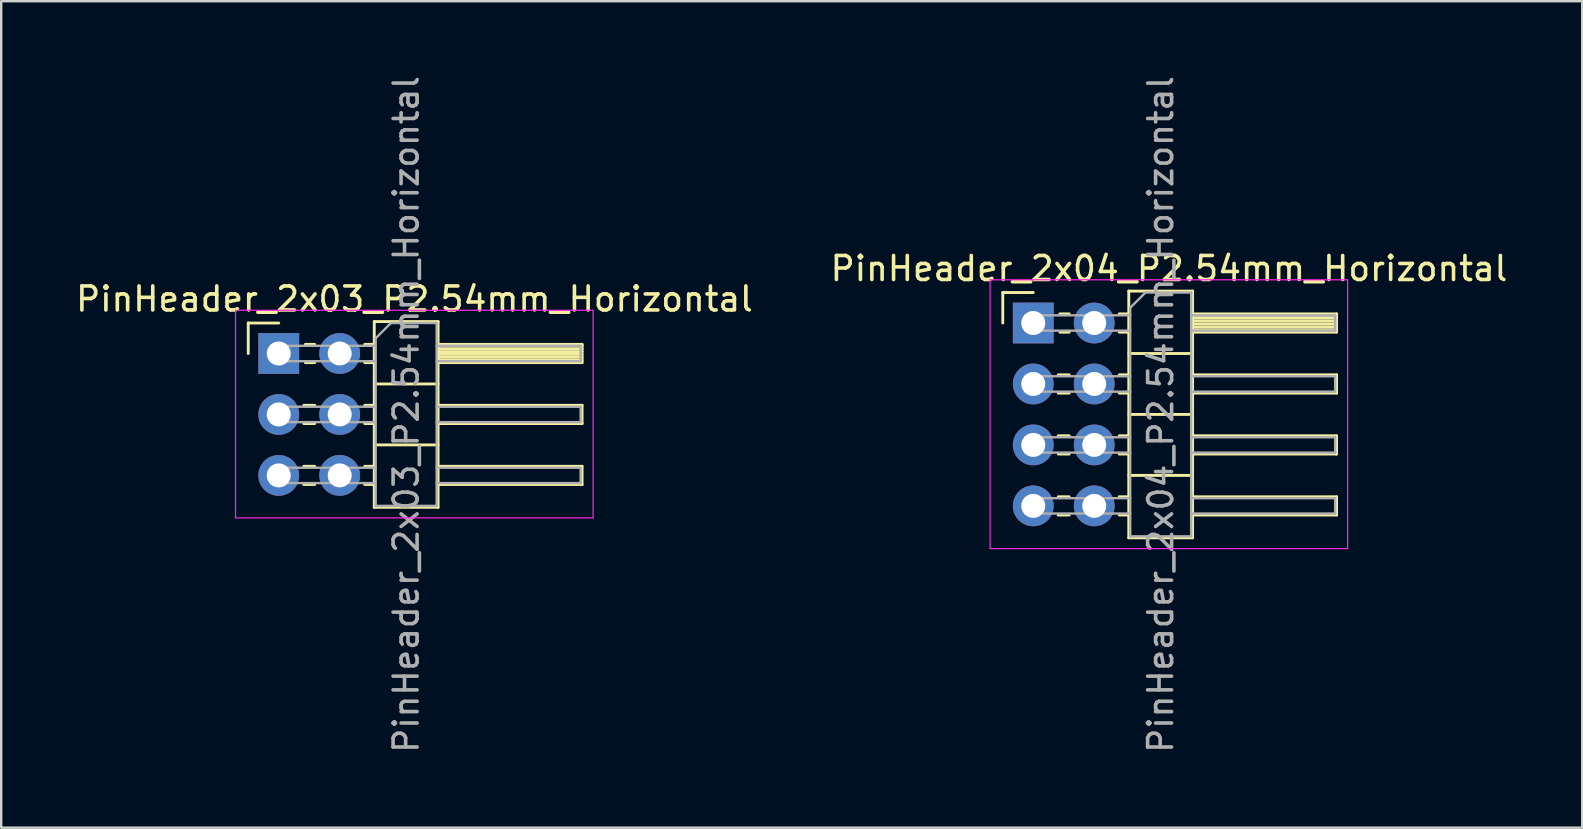
<source format=kicad_pcb>
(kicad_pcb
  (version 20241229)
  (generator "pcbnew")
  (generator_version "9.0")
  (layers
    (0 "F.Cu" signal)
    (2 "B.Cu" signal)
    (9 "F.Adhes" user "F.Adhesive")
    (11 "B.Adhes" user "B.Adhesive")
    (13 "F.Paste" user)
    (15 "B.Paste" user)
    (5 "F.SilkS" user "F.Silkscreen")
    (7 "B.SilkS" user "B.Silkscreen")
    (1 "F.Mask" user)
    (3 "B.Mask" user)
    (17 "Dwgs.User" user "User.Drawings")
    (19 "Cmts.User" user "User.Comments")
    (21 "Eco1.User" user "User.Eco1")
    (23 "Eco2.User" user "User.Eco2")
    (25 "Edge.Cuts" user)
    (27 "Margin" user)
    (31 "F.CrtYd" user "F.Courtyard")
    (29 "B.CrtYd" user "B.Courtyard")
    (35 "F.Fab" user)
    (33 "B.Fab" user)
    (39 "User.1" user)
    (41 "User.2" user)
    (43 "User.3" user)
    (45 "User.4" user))
  (footprint "PinHeader_2x04_P2.54mm_Horizontal"
    (layer "F.Cu")
    (at 40.006 10.41)
    (property "Reference" "PinHeader_2x04_P2.54mm_Horizontal" (at 5.655 -2.27 0) (layer "F.SilkS") (effects (font (size 1 1) (thickness 0.15))))
    (attr through_hole)
    (fp_line (start -1.27 -1.27) (end 0 -1.27) (stroke (width 0.12) (type solid)) (layer "F.SilkS"))
    (fp_line (start -1.27 0) (end -1.27 -1.27) (stroke (width 0.12) (type solid)) (layer "F.SilkS"))
    (fp_line (start 1.043 2.16) (end 1.497 2.16) (stroke (width 0.12) (type solid)) (layer "F.SilkS"))
    (fp_line (start 1.043 2.92) (end 1.497 2.92) (stroke (width 0.12) (type solid)) (layer "F.SilkS"))
    (fp_line (start 1.043 4.7) (end 1.497 4.7) (stroke (width 0.12) (type solid)) (layer "F.SilkS"))
    (fp_line (start 1.043 5.46) (end 1.497 5.46) (stroke (width 0.12) (type solid)) (layer "F.SilkS"))
    (fp_line (start 1.043 7.24) (end 1.497 7.24) (stroke (width 0.12) (type solid)) (layer "F.SilkS"))
    (fp_line (start 1.043 8) (end 1.497 8) (stroke (width 0.12) (type solid)) (layer "F.SilkS"))
    (fp_line (start 1.11 -0.38) (end 1.497 -0.38) (stroke (width 0.12) (type solid)) (layer "F.SilkS"))
    (fp_line (start 1.11 0.38) (end 1.497 0.38) (stroke (width 0.12) (type solid)) (layer "F.SilkS"))
    (fp_line (start 3.583 -0.38) (end 3.98 -0.38) (stroke (width 0.12) (type solid)) (layer "F.SilkS"))
    (fp_line (start 3.583 0.38) (end 3.98 0.38) (stroke (width 0.12) (type solid)) (layer "F.SilkS"))
    (fp_line (start 3.583 2.16) (end 3.98 2.16) (stroke (width 0.12) (type solid)) (layer "F.SilkS"))
    (fp_line (start 3.583 2.92) (end 3.98 2.92) (stroke (width 0.12) (type solid)) (layer "F.SilkS"))
    (fp_line (start 3.583 4.7) (end 3.98 4.7) (stroke (width 0.12) (type solid)) (layer "F.SilkS"))
    (fp_line (start 3.583 5.46) (end 3.98 5.46) (stroke (width 0.12) (type solid)) (layer "F.SilkS"))
    (fp_line (start 3.583 7.24) (end 3.98 7.24) (stroke (width 0.12) (type solid)) (layer "F.SilkS"))
    (fp_line (start 3.583 8) (end 3.98 8) (stroke (width 0.12) (type solid)) (layer "F.SilkS"))
    (fp_line (start 3.98 -1.33) (end 3.98 8.95) (stroke (width 0.12) (type solid)) (layer "F.SilkS"))
    (fp_line (start 3.98 1.27) (end 6.64 1.27) (stroke (width 0.12) (type solid)) (layer "F.SilkS"))
    (fp_line (start 3.98 3.81) (end 6.64 3.81) (stroke (width 0.12) (type solid)) (layer "F.SilkS"))
    (fp_line (start 3.98 6.35) (end 6.64 6.35) (stroke (width 0.12) (type solid)) (layer "F.SilkS"))
    (fp_line (start 3.98 8.95) (end 6.64 8.95) (stroke (width 0.12) (type solid)) (layer "F.SilkS"))
    (fp_line (start 6.64 -1.33) (end 3.98 -1.33) (stroke (width 0.12) (type solid)) (layer "F.SilkS"))
    (fp_line (start 6.64 -0.38) (end 12.64 -0.38) (stroke (width 0.12) (type solid)) (layer "F.SilkS"))
    (fp_line (start 6.64 -0.32) (end 12.64 -0.32) (stroke (width 0.12) (type solid)) (layer "F.SilkS"))
    (fp_line (start 6.64 -0.2) (end 12.64 -0.2) (stroke (width 0.12) (type solid)) (layer "F.SilkS"))
    (fp_line (start 6.64 -0.08) (end 12.64 -0.08) (stroke (width 0.12) (type solid)) (layer "F.SilkS"))
    (fp_line (start 6.64 0.04) (end 12.64 0.04) (stroke (width 0.12) (type solid)) (layer "F.SilkS"))
    (fp_line (start 6.64 0.16) (end 12.64 0.16) (stroke (width 0.12) (type solid)) (layer "F.SilkS"))
    (fp_line (start 6.64 0.28) (end 12.64 0.28) (stroke (width 0.12) (type solid)) (layer "F.SilkS"))
    (fp_line (start 6.64 2.16) (end 12.64 2.16) (stroke (width 0.12) (type solid)) (layer "F.SilkS"))
    (fp_line (start 6.64 4.7) (end 12.64 4.7) (stroke (width 0.12) (type solid)) (layer "F.SilkS"))
    (fp_line (start 6.64 7.24) (end 12.64 7.24) (stroke (width 0.12) (type solid)) (layer "F.SilkS"))
    (fp_line (start 6.64 8.95) (end 6.64 -1.33) (stroke (width 0.12) (type solid)) (layer "F.SilkS"))
    (fp_line (start 12.64 -0.38) (end 12.64 0.38) (stroke (width 0.12) (type solid)) (layer "F.SilkS"))
    (fp_line (start 12.64 0.38) (end 6.64 0.38) (stroke (width 0.12) (type solid)) (layer "F.SilkS"))
    (fp_line (start 12.64 2.16) (end 12.64 2.92) (stroke (width 0.12) (type solid)) (layer "F.SilkS"))
    (fp_line (start 12.64 2.92) (end 6.64 2.92) (stroke (width 0.12) (type solid)) (layer "F.SilkS"))
    (fp_line (start 12.64 4.7) (end 12.64 5.46) (stroke (width 0.12) (type solid)) (layer "F.SilkS"))
    (fp_line (start 12.64 5.46) (end 6.64 5.46) (stroke (width 0.12) (type solid)) (layer "F.SilkS"))
    (fp_line (start 12.64 7.24) (end 12.64 8) (stroke (width 0.12) (type solid)) (layer "F.SilkS"))
    (fp_line (start 12.64 8) (end 6.64 8) (stroke (width 0.12) (type solid)) (layer "F.SilkS"))
    (fp_line (start -1.8 -1.8) (end -1.8 9.4) (stroke (width 0.05) (type solid)) (layer "F.CrtYd"))
    (fp_line (start -1.8 9.4) (end 13.1 9.4) (stroke (width 0.05) (type solid)) (layer "F.CrtYd"))
    (fp_line (start 13.1 -1.8) (end -1.8 -1.8) (stroke (width 0.05) (type solid)) (layer "F.CrtYd"))
    (fp_line (start 13.1 9.4) (end 13.1 -1.8) (stroke (width 0.05) (type solid)) (layer "F.CrtYd"))
    (fp_line (start -0.32 -0.32) (end -0.32 0.32) (stroke (width 0.1) (type solid)) (layer "F.Fab"))
    (fp_line (start -0.32 -0.32) (end 4.04 -0.32) (stroke (width 0.1) (type solid)) (layer "F.Fab"))
    (fp_line (start -0.32 0.32) (end 4.04 0.32) (stroke (width 0.1) (type solid)) (layer "F.Fab"))
    (fp_line (start -0.32 2.22) (end -0.32 2.86) (stroke (width 0.1) (type solid)) (layer "F.Fab"))
    (fp_line (start -0.32 2.22) (end 4.04 2.22) (stroke (width 0.1) (type solid)) (layer "F.Fab"))
    (fp_line (start -0.32 2.86) (end 4.04 2.86) (stroke (width 0.1) (type solid)) (layer "F.Fab"))
    (fp_line (start -0.32 4.76) (end -0.32 5.4) (stroke (width 0.1) (type solid)) (layer "F.Fab"))
    (fp_line (start -0.32 4.76) (end 4.04 4.76) (stroke (width 0.1) (type solid)) (layer "F.Fab"))
    (fp_line (start -0.32 5.4) (end 4.04 5.4) (stroke (width 0.1) (type solid)) (layer "F.Fab"))
    (fp_line (start -0.32 7.3) (end -0.32 7.94) (stroke (width 0.1) (type solid)) (layer "F.Fab"))
    (fp_line (start -0.32 7.3) (end 4.04 7.3) (stroke (width 0.1) (type solid)) (layer "F.Fab"))
    (fp_line (start -0.32 7.94) (end 4.04 7.94) (stroke (width 0.1) (type solid)) (layer "F.Fab"))
    (fp_line (start 4.04 -0.635) (end 4.675 -1.27) (stroke (width 0.1) (type solid)) (layer "F.Fab"))
    (fp_line (start 4.04 8.89) (end 4.04 -0.635) (stroke (width 0.1) (type solid)) (layer "F.Fab"))
    (fp_line (start 4.675 -1.27) (end 6.58 -1.27) (stroke (width 0.1) (type solid)) (layer "F.Fab"))
    (fp_line (start 6.58 -1.27) (end 6.58 8.89) (stroke (width 0.1) (type solid)) (layer "F.Fab"))
    (fp_line (start 6.58 -0.32) (end 12.58 -0.32) (stroke (width 0.1) (type solid)) (layer "F.Fab"))
    (fp_line (start 6.58 0.32) (end 12.58 0.32) (stroke (width 0.1) (type solid)) (layer "F.Fab"))
    (fp_line (start 6.58 2.22) (end 12.58 2.22) (stroke (width 0.1) (type solid)) (layer "F.Fab"))
    (fp_line (start 6.58 2.86) (end 12.58 2.86) (stroke (width 0.1) (type solid)) (layer "F.Fab"))
    (fp_line (start 6.58 4.76) (end 12.58 4.76) (stroke (width 0.1) (type solid)) (layer "F.Fab"))
    (fp_line (start 6.58 5.4) (end 12.58 5.4) (stroke (width 0.1) (type solid)) (layer "F.Fab"))
    (fp_line (start 6.58 7.3) (end 12.58 7.3) (stroke (width 0.1) (type solid)) (layer "F.Fab"))
    (fp_line (start 6.58 7.94) (end 12.58 7.94) (stroke (width 0.1) (type solid)) (layer "F.Fab"))
    (fp_line (start 6.58 8.89) (end 4.04 8.89) (stroke (width 0.1) (type solid)) (layer "F.Fab"))
    (fp_line (start 12.58 -0.32) (end 12.58 0.32) (stroke (width 0.1) (type solid)) (layer "F.Fab"))
    (fp_line (start 12.58 2.22) (end 12.58 2.86) (stroke (width 0.1) (type solid)) (layer "F.Fab"))
    (fp_line (start 12.58 4.76) (end 12.58 5.4) (stroke (width 0.1) (type solid)) (layer "F.Fab"))
    (fp_line (start 12.58 7.3) (end 12.58 7.94) (stroke (width 0.1) (type solid)) (layer "F.Fab"))
    (fp_text user "${REFERENCE}" (at 5.31 3.81 90) (layer "F.Fab") (effects (font (size 1 1) (thickness 0.15))))
    (pad "1" thru_hole rect (at 0 0) (size 1.7 1.7) (drill 1) (layers "*.Cu" "*.Mask"))
    (pad "2" thru_hole oval (at 2.54 0) (size 1.7 1.7) (drill 1) (layers "*.Cu" "*.Mask"))
    (pad "3" thru_hole oval (at 0 2.54) (size 1.7 1.7) (drill 1) (layers "*.Cu" "*.Mask"))
    (pad "4" thru_hole oval (at 2.54 2.54) (size 1.7 1.7) (drill 1) (layers "*.Cu" "*.Mask"))
    (pad "5" thru_hole oval (at 0 5.08) (size 1.7 1.7) (drill 1) (layers "*.Cu" "*.Mask"))
    (pad "6" thru_hole oval (at 2.54 5.08) (size 1.7 1.7) (drill 1) (layers "*.Cu" "*.Mask"))
    (pad "7" thru_hole oval (at 0 7.62) (size 1.7 1.7) (drill 1) (layers "*.Cu" "*.Mask"))
    (pad "8" thru_hole oval (at 2.54 7.62) (size 1.7 1.7) (drill 1) (layers "*.Cu" "*.Mask")))
  (footprint "PinHeader_2x03_P2.54mm_Horizontal"
    (layer "F.Cu")
    (at 8.565 11.68)
    (property "Reference" "PinHeader_2x03_P2.54mm_Horizontal" (at 5.655 -2.27 0) (layer "F.SilkS") (effects (font (size 1 1) (thickness 0.15))))
    (attr through_hole)
    (fp_line (start -1.27 -1.27) (end 0 -1.27) (stroke (width 0.12) (type solid)) (layer "F.SilkS"))
    (fp_line (start -1.27 0) (end -1.27 -1.27) (stroke (width 0.12) (type solid)) (layer "F.SilkS"))
    (fp_line (start 1.043 2.16) (end 1.497 2.16) (stroke (width 0.12) (type solid)) (layer "F.SilkS"))
    (fp_line (start 1.043 2.92) (end 1.497 2.92) (stroke (width 0.12) (type solid)) (layer "F.SilkS"))
    (fp_line (start 1.043 4.7) (end 1.497 4.7) (stroke (width 0.12) (type solid)) (layer "F.SilkS"))
    (fp_line (start 1.043 5.46) (end 1.497 5.46) (stroke (width 0.12) (type solid)) (layer "F.SilkS"))
    (fp_line (start 1.11 -0.38) (end 1.497 -0.38) (stroke (width 0.12) (type solid)) (layer "F.SilkS"))
    (fp_line (start 1.11 0.38) (end 1.497 0.38) (stroke (width 0.12) (type solid)) (layer "F.SilkS"))
    (fp_line (start 3.583 -0.38) (end 3.98 -0.38) (stroke (width 0.12) (type solid)) (layer "F.SilkS"))
    (fp_line (start 3.583 0.38) (end 3.98 0.38) (stroke (width 0.12) (type solid)) (layer "F.SilkS"))
    (fp_line (start 3.583 2.16) (end 3.98 2.16) (stroke (width 0.12) (type solid)) (layer "F.SilkS"))
    (fp_line (start 3.583 2.92) (end 3.98 2.92) (stroke (width 0.12) (type solid)) (layer "F.SilkS"))
    (fp_line (start 3.583 4.7) (end 3.98 4.7) (stroke (width 0.12) (type solid)) (layer "F.SilkS"))
    (fp_line (start 3.583 5.46) (end 3.98 5.46) (stroke (width 0.12) (type solid)) (layer "F.SilkS"))
    (fp_line (start 3.98 -1.33) (end 3.98 6.41) (stroke (width 0.12) (type solid)) (layer "F.SilkS"))
    (fp_line (start 3.98 1.27) (end 6.64 1.27) (stroke (width 0.12) (type solid)) (layer "F.SilkS"))
    (fp_line (start 3.98 3.81) (end 6.64 3.81) (stroke (width 0.12) (type solid)) (layer "F.SilkS"))
    (fp_line (start 3.98 6.41) (end 6.64 6.41) (stroke (width 0.12) (type solid)) (layer "F.SilkS"))
    (fp_line (start 6.64 -1.33) (end 3.98 -1.33) (stroke (width 0.12) (type solid)) (layer "F.SilkS"))
    (fp_line (start 6.64 -0.38) (end 12.64 -0.38) (stroke (width 0.12) (type solid)) (layer "F.SilkS"))
    (fp_line (start 6.64 -0.32) (end 12.64 -0.32) (stroke (width 0.12) (type solid)) (layer "F.SilkS"))
    (fp_line (start 6.64 -0.2) (end 12.64 -0.2) (stroke (width 0.12) (type solid)) (layer "F.SilkS"))
    (fp_line (start 6.64 -0.08) (end 12.64 -0.08) (stroke (width 0.12) (type solid)) (layer "F.SilkS"))
    (fp_line (start 6.64 0.04) (end 12.64 0.04) (stroke (width 0.12) (type solid)) (layer "F.SilkS"))
    (fp_line (start 6.64 0.16) (end 12.64 0.16) (stroke (width 0.12) (type solid)) (layer "F.SilkS"))
    (fp_line (start 6.64 0.28) (end 12.64 0.28) (stroke (width 0.12) (type solid)) (layer "F.SilkS"))
    (fp_line (start 6.64 2.16) (end 12.64 2.16) (stroke (width 0.12) (type solid)) (layer "F.SilkS"))
    (fp_line (start 6.64 4.7) (end 12.64 4.7) (stroke (width 0.12) (type solid)) (layer "F.SilkS"))
    (fp_line (start 6.64 6.41) (end 6.64 -1.33) (stroke (width 0.12) (type solid)) (layer "F.SilkS"))
    (fp_line (start 12.64 -0.38) (end 12.64 0.38) (stroke (width 0.12) (type solid)) (layer "F.SilkS"))
    (fp_line (start 12.64 0.38) (end 6.64 0.38) (stroke (width 0.12) (type solid)) (layer "F.SilkS"))
    (fp_line (start 12.64 2.16) (end 12.64 2.92) (stroke (width 0.12) (type solid)) (layer "F.SilkS"))
    (fp_line (start 12.64 2.92) (end 6.64 2.92) (stroke (width 0.12) (type solid)) (layer "F.SilkS"))
    (fp_line (start 12.64 4.7) (end 12.64 5.46) (stroke (width 0.12) (type solid)) (layer "F.SilkS"))
    (fp_line (start 12.64 5.46) (end 6.64 5.46) (stroke (width 0.12) (type solid)) (layer "F.SilkS"))
    (fp_line (start -1.8 -1.8) (end -1.8 6.85) (stroke (width 0.05) (type solid)) (layer "F.CrtYd"))
    (fp_line (start -1.8 6.85) (end 13.1 6.85) (stroke (width 0.05) (type solid)) (layer "F.CrtYd"))
    (fp_line (start 13.1 -1.8) (end -1.8 -1.8) (stroke (width 0.05) (type solid)) (layer "F.CrtYd"))
    (fp_line (start 13.1 6.85) (end 13.1 -1.8) (stroke (width 0.05) (type solid)) (layer "F.CrtYd"))
    (fp_line (start -0.32 -0.32) (end -0.32 0.32) (stroke (width 0.1) (type solid)) (layer "F.Fab"))
    (fp_line (start -0.32 -0.32) (end 4.04 -0.32) (stroke (width 0.1) (type solid)) (layer "F.Fab"))
    (fp_line (start -0.32 0.32) (end 4.04 0.32) (stroke (width 0.1) (type solid)) (layer "F.Fab"))
    (fp_line (start -0.32 2.22) (end -0.32 2.86) (stroke (width 0.1) (type solid)) (layer "F.Fab"))
    (fp_line (start -0.32 2.22) (end 4.04 2.22) (stroke (width 0.1) (type solid)) (layer "F.Fab"))
    (fp_line (start -0.32 2.86) (end 4.04 2.86) (stroke (width 0.1) (type solid)) (layer "F.Fab"))
    (fp_line (start -0.32 4.76) (end -0.32 5.4) (stroke (width 0.1) (type solid)) (layer "F.Fab"))
    (fp_line (start -0.32 4.76) (end 4.04 4.76) (stroke (width 0.1) (type solid)) (layer "F.Fab"))
    (fp_line (start -0.32 5.4) (end 4.04 5.4) (stroke (width 0.1) (type solid)) (layer "F.Fab"))
    (fp_line (start 4.04 -0.635) (end 4.675 -1.27) (stroke (width 0.1) (type solid)) (layer "F.Fab"))
    (fp_line (start 4.04 6.35) (end 4.04 -0.635) (stroke (width 0.1) (type solid)) (layer "F.Fab"))
    (fp_line (start 4.675 -1.27) (end 6.58 -1.27) (stroke (width 0.1) (type solid)) (layer "F.Fab"))
    (fp_line (start 6.58 -1.27) (end 6.58 6.35) (stroke (width 0.1) (type solid)) (layer "F.Fab"))
    (fp_line (start 6.58 -0.32) (end 12.58 -0.32) (stroke (width 0.1) (type solid)) (layer "F.Fab"))
    (fp_line (start 6.58 0.32) (end 12.58 0.32) (stroke (width 0.1) (type solid)) (layer "F.Fab"))
    (fp_line (start 6.58 2.22) (end 12.58 2.22) (stroke (width 0.1) (type solid)) (layer "F.Fab"))
    (fp_line (start 6.58 2.86) (end 12.58 2.86) (stroke (width 0.1) (type solid)) (layer "F.Fab"))
    (fp_line (start 6.58 4.76) (end 12.58 4.76) (stroke (width 0.1) (type solid)) (layer "F.Fab"))
    (fp_line (start 6.58 5.4) (end 12.58 5.4) (stroke (width 0.1) (type solid)) (layer "F.Fab"))
    (fp_line (start 6.58 6.35) (end 4.04 6.35) (stroke (width 0.1) (type solid)) (layer "F.Fab"))
    (fp_line (start 12.58 -0.32) (end 12.58 0.32) (stroke (width 0.1) (type solid)) (layer "F.Fab"))
    (fp_line (start 12.58 2.22) (end 12.58 2.86) (stroke (width 0.1) (type solid)) (layer "F.Fab"))
    (fp_line (start 12.58 4.76) (end 12.58 5.4) (stroke (width 0.1) (type solid)) (layer "F.Fab"))
    (fp_text user "${REFERENCE}" (at 5.31 2.54 90) (layer "F.Fab") (effects (font (size 1 1) (thickness 0.15))))
    (pad "1" thru_hole rect (at 0 0) (size 1.7 1.7) (drill 1) (layers "*.Cu" "*.Mask"))
    (pad "2" thru_hole oval (at 2.54 0) (size 1.7 1.7) (drill 1) (layers "*.Cu" "*.Mask"))
    (pad "3" thru_hole oval (at 0 2.54) (size 1.7 1.7) (drill 1) (layers "*.Cu" "*.Mask"))
    (pad "4" thru_hole oval (at 2.54 2.54) (size 1.7 1.7) (drill 1) (layers "*.Cu" "*.Mask"))
    (pad "5" thru_hole oval (at 0 5.08) (size 1.7 1.7) (drill 1) (layers "*.Cu" "*.Mask"))
    (pad "6" thru_hole oval (at 2.54 5.08) (size 1.7 1.7) (drill 1) (layers "*.Cu" "*.Mask")))
  (gr_rect
    (start -3 -3)
    (end 62.881 31.44)
    (stroke (width 0.1) (type default))
    (fill no)
    (layer "Edge.Cuts")))
</source>
